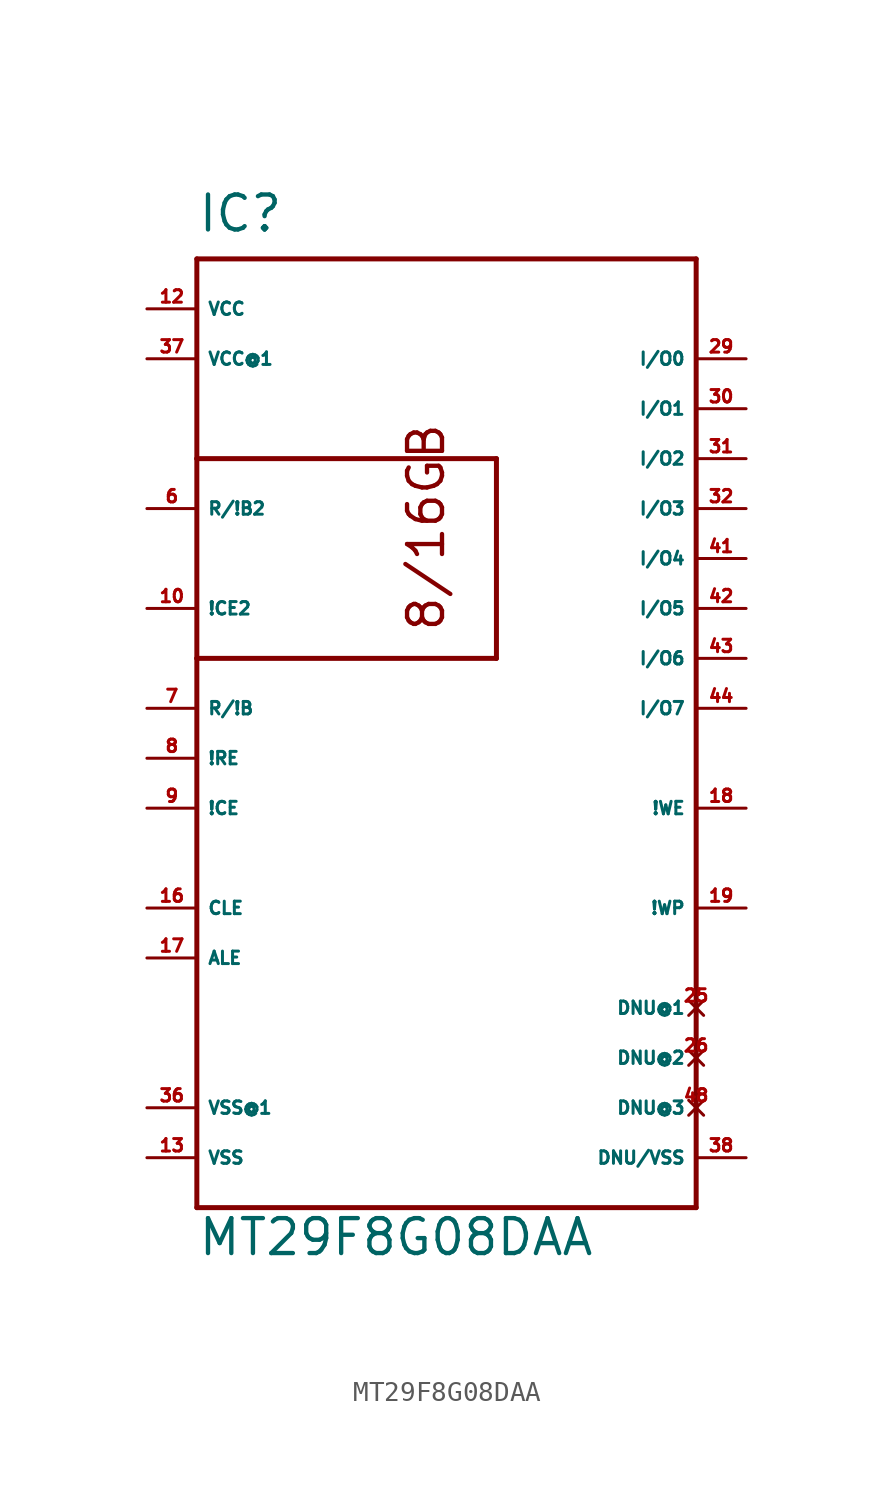
<source format=kicad_sym>
(kicad_symbol_lib
  (version 20220914)
  (generator Eagle2Kicad)
  (symbol "MT29F8G08DAA"
    (property "Reference" "IC"
      (at -12.7 26.67 0)
      (effects (font (size 1.778 1.778) (thickness 0.22)) (justify left bottom)))
    (property "Value" "MT29F8G08DAA"
      (at -12.7 -25.4 0)
      (effects (font (size 1.778 1.778) (thickness 0.22)) (justify left bottom)))
    (polyline
      (pts (xy -12.7 25.4) (xy -12.7 15.24))
      (stroke (width 0.254) (type default))
      (fill (type none)))
    (polyline
      (pts (xy -12.7 15.24) (xy -12.7 5.08))
      (stroke (width 0.254) (type default))
      (fill (type none)))
    (polyline
      (pts (xy -12.7 5.08) (xy -12.7 -22.86))
      (stroke (width 0.254) (type default))
      (fill (type none)))
    (polyline
      (pts (xy -12.7 -22.86) (xy 12.7 -22.86))
      (stroke (width 0.254) (type default))
      (fill (type none)))
    (polyline
      (pts (xy 12.7 -22.86) (xy 12.7 25.4))
      (stroke (width 0.254) (type default))
      (fill (type none)))
    (polyline
      (pts (xy 12.7 25.4) (xy -12.7 25.4))
      (stroke (width 0.254) (type default))
      (fill (type none)))
    (polyline
      (pts (xy -12.7 5.08) (xy 2.54 5.08))
      (stroke (width 0.254) (type default))
      (fill (type none)))
    (polyline
      (pts (xy 2.54 5.08) (xy 2.54 15.24))
      (stroke (width 0.254) (type default))
      (fill (type none)))
    (polyline
      (pts (xy -12.7 15.24) (xy 2.54 15.24))
      (stroke (width 0.254) (type default))
      (fill (type none)))
    (text "8/16GB"
      (at 0 6.35 900)
      (effects (font (size 1.778 1.778) (thickness 0.22)) (justify left bottom)))
    (pin passive line
      (at -15.24 12.7 0)
      (length 2.54)
      (name "R/!B2" (effects (font (size 0.635 0.635) (thickness 0.08)) (justify left bottom)))
      (number "6" (effects (font (size 0.635 0.635) (thickness 0.08)) (justify left bottom))))
    (pin input line
      (at -15.24 2.54 0)
      (length 2.54)
      (name "R/!B" (effects (font (size 0.635 0.635) (thickness 0.08)) (justify left bottom)))
      (number "7" (effects (font (size 0.635 0.635) (thickness 0.08)) (justify left bottom))))
    (pin input line
      (at -15.24 0 0)
      (length 2.54)
      (name "!RE" (effects (font (size 0.635 0.635) (thickness 0.08)) (justify left bottom)))
      (number "8" (effects (font (size 0.635 0.635) (thickness 0.08)) (justify left bottom))))
    (pin input line
      (at -15.24 -2.54 0)
      (length 2.54)
      (name "!CE" (effects (font (size 0.635 0.635) (thickness 0.08)) (justify left bottom)))
      (number "9" (effects (font (size 0.635 0.635) (thickness 0.08)) (justify left bottom))))
    (pin passive line
      (at -15.24 7.62 0)
      (length 2.54)
      (name "!CE2" (effects (font (size 0.635 0.635) (thickness 0.08)) (justify left bottom)))
      (number "10" (effects (font (size 0.635 0.635) (thickness 0.08)) (justify left bottom))))
    (pin unspecified line
      (at -15.24 22.86 0)
      (length 2.54)
      (name "VCC" (effects (font (size 0.635 0.635) (thickness 0.08)) (justify left bottom)))
      (number "12" (effects (font (size 0.635 0.635) (thickness 0.08)) (justify left bottom))))
    (pin unspecified line
      (at -15.24 -20.32 0)
      (length 2.54)
      (name "VSS" (effects (font (size 0.635 0.635) (thickness 0.08)) (justify left bottom)))
      (number "13" (effects (font (size 0.635 0.635) (thickness 0.08)) (justify left bottom))))
    (pin input line
      (at -15.24 -7.62 0)
      (length 2.54)
      (name "CLE" (effects (font (size 0.635 0.635) (thickness 0.08)) (justify left bottom)))
      (number "16" (effects (font (size 0.635 0.635) (thickness 0.08)) (justify left bottom))))
    (pin input line
      (at -15.24 -10.16 0)
      (length 2.54)
      (name "ALE" (effects (font (size 0.635 0.635) (thickness 0.08)) (justify left bottom)))
      (number "17" (effects (font (size 0.635 0.635) (thickness 0.08)) (justify left bottom))))
    (pin input line
      (at 15.24 -2.54 180)
      (length 2.54)
      (name "!WE" (effects (font (size 0.635 0.635) (thickness 0.08)) (justify left bottom)))
      (number "18" (effects (font (size 0.635 0.635) (thickness 0.08)) (justify left bottom))))
    (pin input line
      (at 15.24 -7.62 180)
      (length 2.54)
      (name "!WP" (effects (font (size 0.635 0.635) (thickness 0.08)) (justify left bottom)))
      (number "19" (effects (font (size 0.635 0.635) (thickness 0.08)) (justify left bottom))))
    (pin no_connect line
      (at 12.7 -12.7 180)
      (length 0)
      (name "DNU@1" (effects (font (size 0.635 0.635) (thickness 0.08)) (justify left bottom) hide))
      (number "25" (effects (font (size 0.635 0.635) (thickness 0.08)) (justify left bottom) hide)))
    (pin no_connect line
      (at 12.7 -15.24 180)
      (length 0)
      (name "DNU@2" (effects (font (size 0.635 0.635) (thickness 0.08)) (justify left bottom) hide))
      (number "26" (effects (font (size 0.635 0.635) (thickness 0.08)) (justify left bottom) hide)))
    (pin no_connect line
      (at 12.7 -17.78 180)
      (length 0)
      (name "DNU@3" (effects (font (size 0.635 0.635) (thickness 0.08)) (justify left bottom) hide))
      (number "48" (effects (font (size 0.635 0.635) (thickness 0.08)) (justify left bottom) hide)))
    (pin unspecified line
      (at -15.24 20.32 0)
      (length 2.54)
      (name "VCC@1" (effects (font (size 0.635 0.635) (thickness 0.08)) (justify left bottom)))
      (number "37" (effects (font (size 0.635 0.635) (thickness 0.08)) (justify left bottom))))
    (pin unspecified line
      (at -15.24 -17.78 0)
      (length 2.54)
      (name "VSS@1" (effects (font (size 0.635 0.635) (thickness 0.08)) (justify left bottom)))
      (number "36" (effects (font (size 0.635 0.635) (thickness 0.08)) (justify left bottom))))
    (pin bidirectional line
      (at 15.24 20.32 180)
      (length 2.54)
      (name "I/O0" (effects (font (size 0.635 0.635) (thickness 0.08)) (justify left bottom)))
      (number "29" (effects (font (size 0.635 0.635) (thickness 0.08)) (justify left bottom))))
    (pin bidirectional line
      (at 15.24 17.78 180)
      (length 2.54)
      (name "I/O1" (effects (font (size 0.635 0.635) (thickness 0.08)) (justify left bottom)))
      (number "30" (effects (font (size 0.635 0.635) (thickness 0.08)) (justify left bottom))))
    (pin bidirectional line
      (at 15.24 15.24 180)
      (length 2.54)
      (name "I/O2" (effects (font (size 0.635 0.635) (thickness 0.08)) (justify left bottom)))
      (number "31" (effects (font (size 0.635 0.635) (thickness 0.08)) (justify left bottom))))
    (pin bidirectional line
      (at 15.24 12.7 180)
      (length 2.54)
      (name "I/O3" (effects (font (size 0.635 0.635) (thickness 0.08)) (justify left bottom)))
      (number "32" (effects (font (size 0.635 0.635) (thickness 0.08)) (justify left bottom))))
    (pin bidirectional line
      (at 15.24 10.16 180)
      (length 2.54)
      (name "I/O4" (effects (font (size 0.635 0.635) (thickness 0.08)) (justify left bottom)))
      (number "41" (effects (font (size 0.635 0.635) (thickness 0.08)) (justify left bottom))))
    (pin bidirectional line
      (at 15.24 7.62 180)
      (length 2.54)
      (name "I/O5" (effects (font (size 0.635 0.635) (thickness 0.08)) (justify left bottom)))
      (number "42" (effects (font (size 0.635 0.635) (thickness 0.08)) (justify left bottom))))
    (pin bidirectional line
      (at 15.24 5.08 180)
      (length 2.54)
      (name "I/O6" (effects (font (size 0.635 0.635) (thickness 0.08)) (justify left bottom)))
      (number "43" (effects (font (size 0.635 0.635) (thickness 0.08)) (justify left bottom))))
    (pin bidirectional line
      (at 15.24 2.54 180)
      (length 2.54)
      (name "I/O7" (effects (font (size 0.635 0.635) (thickness 0.08)) (justify left bottom)))
      (number "44" (effects (font (size 0.635 0.635) (thickness 0.08)) (justify left bottom))))
    (pin passive line
      (at 15.24 -20.32 180)
      (length 2.54)
      (name "DNU/VSS" (effects (font (size 0.635 0.635) (thickness 0.08)) (justify left bottom)))
      (number "38" (effects (font (size 0.635 0.635) (thickness 0.08)) (justify left bottom))))))
</source>
